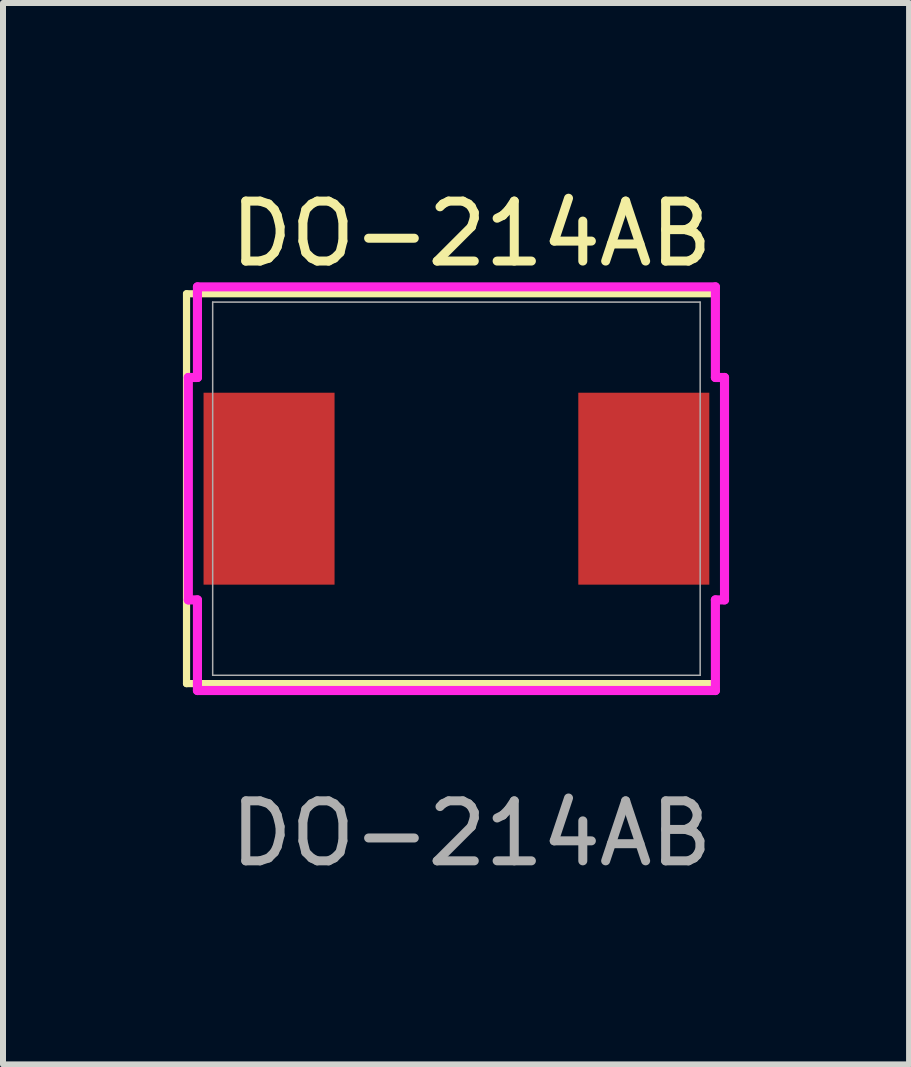
<source format=kicad_pcb>
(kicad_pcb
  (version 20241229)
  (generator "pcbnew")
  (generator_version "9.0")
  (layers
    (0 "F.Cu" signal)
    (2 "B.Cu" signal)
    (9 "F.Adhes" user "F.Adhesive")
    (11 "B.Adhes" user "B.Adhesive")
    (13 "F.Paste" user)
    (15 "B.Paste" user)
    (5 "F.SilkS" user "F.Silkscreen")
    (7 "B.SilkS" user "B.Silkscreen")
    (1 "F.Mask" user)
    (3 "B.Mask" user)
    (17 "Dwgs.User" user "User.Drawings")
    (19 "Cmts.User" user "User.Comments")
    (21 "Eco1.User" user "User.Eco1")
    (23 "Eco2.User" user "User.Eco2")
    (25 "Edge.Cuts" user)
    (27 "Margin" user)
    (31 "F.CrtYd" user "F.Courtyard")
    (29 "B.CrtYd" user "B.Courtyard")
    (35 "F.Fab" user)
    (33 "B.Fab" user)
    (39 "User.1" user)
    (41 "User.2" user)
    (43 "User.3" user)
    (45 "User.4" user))
  (footprint "DO-214AB"
    (layer "F.Cu")
    (at 4.56 5.098)
    (property "Reference" "DO-214AB" (at 0.25 -4.25 0) (unlocked yes) (layer "F.SilkS") (effects (font (size 1 1) (thickness 0.15))))
    (attr smd)
    (fp_line (start -4.5 -3.25) (end -4.5 3.25) (stroke (width 0.12) (type default)) (layer "F.SilkS"))
    (fp_line (start -4.5 3.25) (end 4.25 3.25) (stroke (width 0.12) (type default)) (layer "F.SilkS"))
    (fp_line (start 4.25 -3.25) (end -4.5 -3.25) (stroke (width 0.12) (type default)) (layer "F.SilkS"))
    (fp_line (start -4.47 -1.854) (end -4.318 -1.854) (stroke (width 0.152) (type solid)) (layer "F.CrtYd"))
    (fp_line (start -4.47 1.854) (end -4.47 -1.854) (stroke (width 0.152) (type solid)) (layer "F.CrtYd"))
    (fp_line (start -4.318 -3.365) (end 4.318 -3.365) (stroke (width 0.152) (type solid)) (layer "F.CrtYd"))
    (fp_line (start -4.318 -1.854) (end -4.318 -3.365) (stroke (width 0.152) (type solid)) (layer "F.CrtYd"))
    (fp_line (start -4.318 1.854) (end -4.47 1.854) (stroke (width 0.152) (type solid)) (layer "F.CrtYd"))
    (fp_line (start -4.318 3.365) (end -4.318 1.854) (stroke (width 0.152) (type solid)) (layer "F.CrtYd"))
    (fp_line (start 4.318 -3.365) (end 4.318 -1.854) (stroke (width 0.152) (type solid)) (layer "F.CrtYd"))
    (fp_line (start 4.318 -1.854) (end 4.47 -1.854) (stroke (width 0.152) (type solid)) (layer "F.CrtYd"))
    (fp_line (start 4.318 1.854) (end 4.318 3.365) (stroke (width 0.152) (type solid)) (layer "F.CrtYd"))
    (fp_line (start 4.318 3.365) (end -4.318 3.365) (stroke (width 0.152) (type solid)) (layer "F.CrtYd"))
    (fp_line (start 4.47 -1.854) (end 4.47 1.854) (stroke (width 0.152) (type solid)) (layer "F.CrtYd"))
    (fp_line (start 4.47 1.854) (end 4.318 1.854) (stroke (width 0.152) (type solid)) (layer "F.CrtYd"))
    (fp_line (start -4.064 -3.111) (end -4.064 3.111) (stroke (width 0.025) (type solid)) (layer "F.Fab"))
    (fp_line (start -4.064 3.111) (end 4.064 3.111) (stroke (width 0.025) (type solid)) (layer "F.Fab"))
    (fp_line (start 4.064 -3.111) (end -4.064 -3.111) (stroke (width 0.025) (type solid)) (layer "F.Fab"))
    (fp_line (start 4.064 3.111) (end 4.064 -3.111) (stroke (width 0.025) (type solid)) (layer "F.Fab"))
    (fp_text user "${REFERENCE}" (at 0.25 5.75 0) (unlocked yes) (layer "F.Fab") (effects (font (size 1 1) (thickness 0.15))))
    (pad "1" smd rect (at -3.124 0 90) (size 3.2 2.184) (layers "F.Cu" "F.Mask" "F.Paste"))
    (pad "2" smd rect (at 3.124 0 90) (size 3.2 2.184) (layers "F.Cu" "F.Mask" "F.Paste")))
  (gr_rect
    (start -3 -3)
    (end 12.107 14.697)
    (stroke (width 0.1) (type default))
    (fill no)
    (layer "Edge.Cuts")))
</source>
